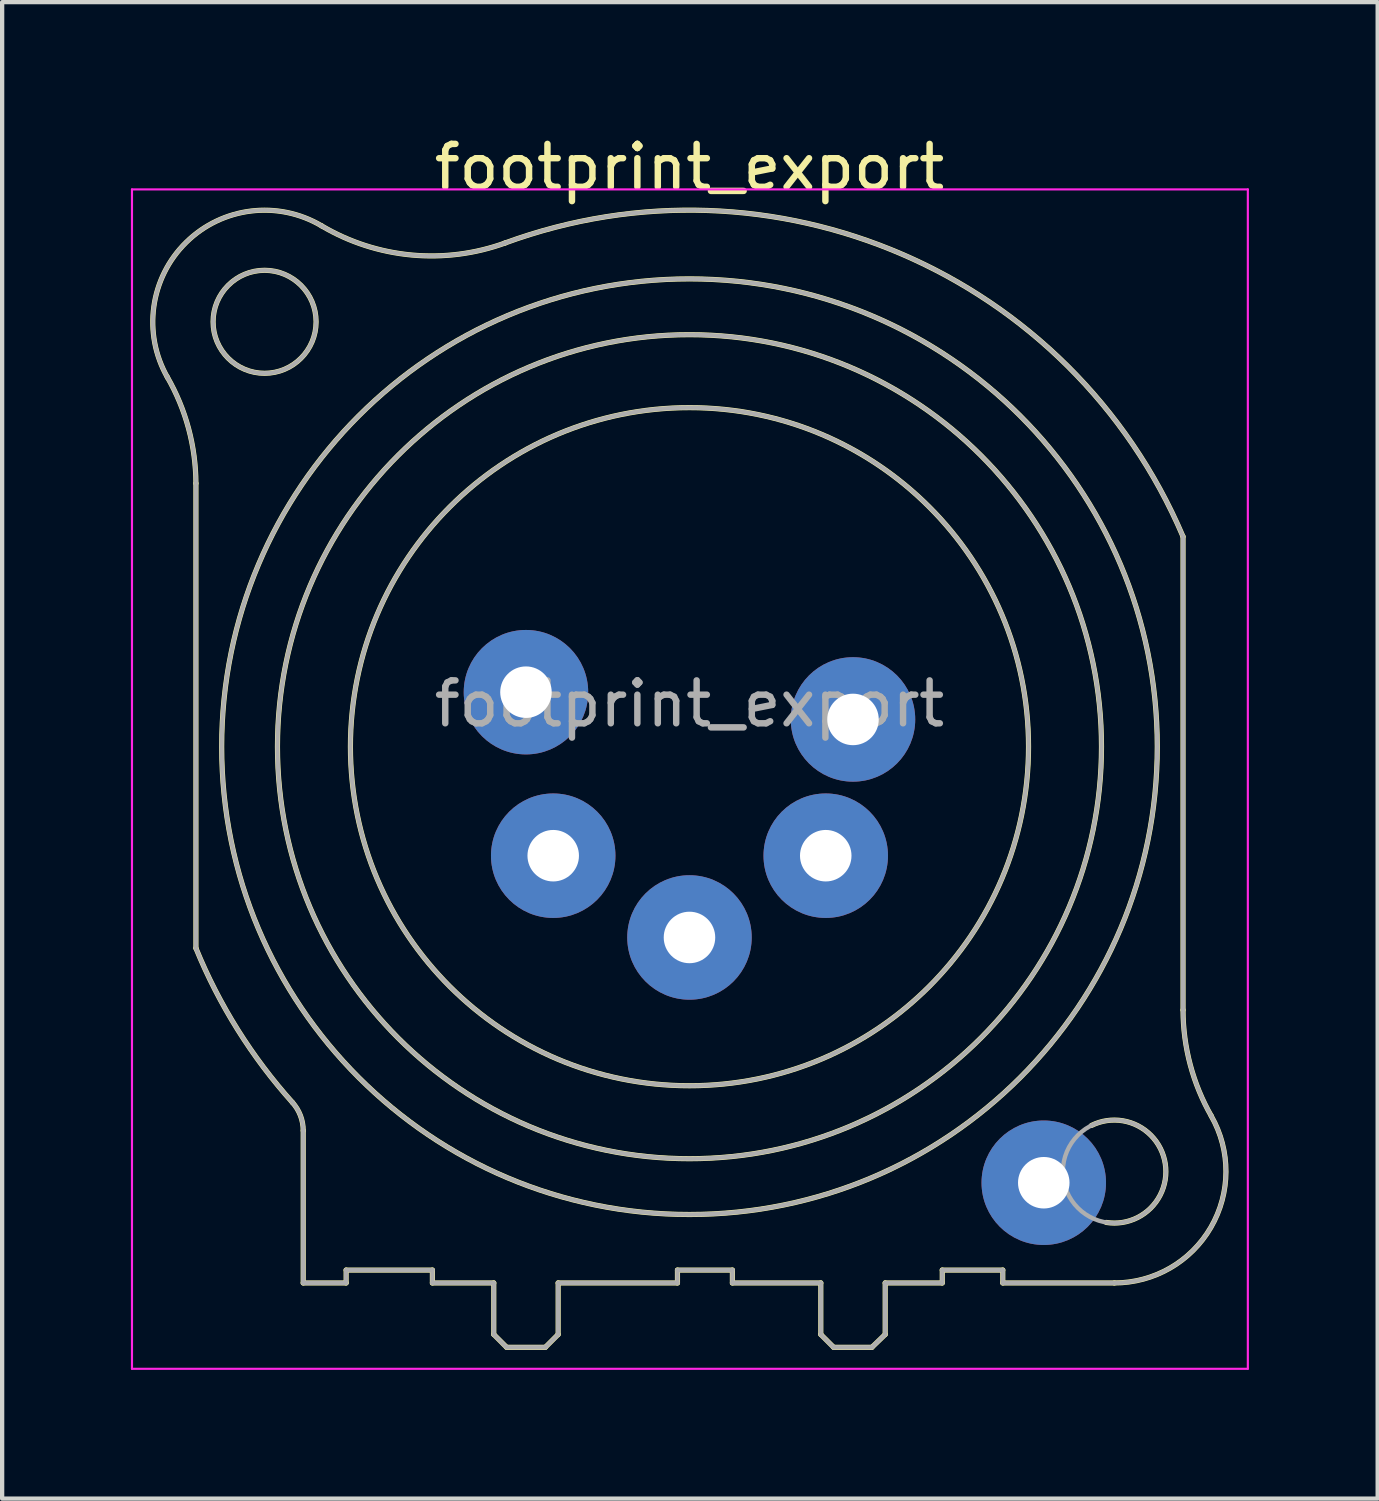
<source format=kicad_pcb>
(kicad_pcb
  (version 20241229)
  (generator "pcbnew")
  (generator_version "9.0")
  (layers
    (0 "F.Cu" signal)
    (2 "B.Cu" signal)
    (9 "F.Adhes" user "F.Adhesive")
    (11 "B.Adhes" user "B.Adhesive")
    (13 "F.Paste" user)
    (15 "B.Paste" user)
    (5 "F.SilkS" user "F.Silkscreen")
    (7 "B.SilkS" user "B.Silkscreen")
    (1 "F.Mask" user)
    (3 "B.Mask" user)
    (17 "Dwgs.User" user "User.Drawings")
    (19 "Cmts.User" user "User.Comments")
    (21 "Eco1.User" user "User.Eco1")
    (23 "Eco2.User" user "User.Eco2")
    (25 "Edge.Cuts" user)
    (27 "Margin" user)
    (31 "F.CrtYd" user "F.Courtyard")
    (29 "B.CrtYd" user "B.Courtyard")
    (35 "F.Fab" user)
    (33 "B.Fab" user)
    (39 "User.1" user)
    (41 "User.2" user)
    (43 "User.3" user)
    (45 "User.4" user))
  (footprint "footprint_export"
    (layer "F.Cu")
    (at 16.825 13.713)
    (property "Reference" "footprint_export" (at -3.81 -12.865 0) (layer "F.SilkS") (effects (font (size 1 1) (thickness 0.15))))
    (attr through_hole)
    (fp_line (start -15.31 -5.5) (end -15.31 5.33) (stroke (width 0.12) (type solid)) (layer "F.SilkS"))
    (fp_line (start -12.81 9.58) (end -12.81 13.13) (stroke (width 0.12) (type solid)) (layer "F.SilkS"))
    (fp_line (start -11.81 12.83) (end -11.81 13.13) (stroke (width 0.12) (type solid)) (layer "F.SilkS"))
    (fp_line (start -11.81 12.83) (end -9.8 12.83) (stroke (width 0.12) (type solid)) (layer "F.SilkS"))
    (fp_line (start -11.81 13.13) (end -12.81 13.13) (stroke (width 0.12) (type solid)) (layer "F.SilkS"))
    (fp_line (start -9.8 12.83) (end -9.8 13.13) (stroke (width 0.12) (type solid)) (layer "F.SilkS"))
    (fp_line (start -8.37 13.13) (end -9.8 13.13) (stroke (width 0.12) (type solid)) (layer "F.SilkS"))
    (fp_line (start -8.37 13.13) (end -8.37 14.33) (stroke (width 0.12) (type solid)) (layer "F.SilkS"))
    (fp_line (start -8.37 14.33) (end -8.07 14.63) (stroke (width 0.12) (type solid)) (layer "F.SilkS"))
    (fp_line (start -8.07 14.63) (end -7.17 14.63) (stroke (width 0.12) (type solid)) (layer "F.SilkS"))
    (fp_line (start -6.87 13.13) (end -6.87 14.33) (stroke (width 0.12) (type solid)) (layer "F.SilkS"))
    (fp_line (start -6.87 14.33) (end -7.17 14.63) (stroke (width 0.12) (type solid)) (layer "F.SilkS"))
    (fp_line (start -4.09 12.83) (end -4.09 13.13) (stroke (width 0.12) (type solid)) (layer "F.SilkS"))
    (fp_line (start -4.09 12.83) (end -2.81 12.83) (stroke (width 0.12) (type solid)) (layer "F.SilkS"))
    (fp_line (start -4.09 13.13) (end -6.87 13.13) (stroke (width 0.12) (type solid)) (layer "F.SilkS"))
    (fp_line (start -2.81 12.83) (end -2.81 13.13) (stroke (width 0.12) (type solid)) (layer "F.SilkS"))
    (fp_line (start -0.75 13.13) (end -2.81 13.13) (stroke (width 0.12) (type solid)) (layer "F.SilkS"))
    (fp_line (start -0.75 13.13) (end -0.75 14.33) (stroke (width 0.12) (type solid)) (layer "F.SilkS"))
    (fp_line (start -0.75 14.33) (end -0.45 14.63) (stroke (width 0.12) (type solid)) (layer "F.SilkS"))
    (fp_line (start -0.45 14.63) (end 0.44 14.63) (stroke (width 0.12) (type solid)) (layer "F.SilkS"))
    (fp_line (start 0.75 13.13) (end 0.75 14.33) (stroke (width 0.12) (type solid)) (layer "F.SilkS"))
    (fp_line (start 0.75 14.33) (end 0.44 14.63) (stroke (width 0.12) (type solid)) (layer "F.SilkS"))
    (fp_line (start 2.08 12.83) (end 2.08 13.13) (stroke (width 0.12) (type solid)) (layer "F.SilkS"))
    (fp_line (start 2.08 12.83) (end 3.49 12.83) (stroke (width 0.12) (type solid)) (layer "F.SilkS"))
    (fp_line (start 2.08 13.13) (end 0.75 13.13) (stroke (width 0.12) (type solid)) (layer "F.SilkS"))
    (fp_line (start 3.49 12.83) (end 3.49 13.13) (stroke (width 0.12) (type solid)) (layer "F.SilkS"))
    (fp_line (start 6.09 13.13) (end 3.49 13.13) (stroke (width 0.12) (type solid)) (layer "F.SilkS"))
    (fp_line (start 7.69 6.77) (end 7.69 -4.26) (stroke (width 0.12) (type solid)) (layer "F.SilkS"))
    (fp_arc (start -15.978065 -7.979621) (mid -15.482459 -6.783342) (end -15.31 -5.5) (stroke (width 0.12) (type solid)) (layer "F.SilkS"))
    (fp_arc (start -15.970602 -7.965327) (mid -15.537562 -11.11648) (end -12.38 -11.5) (stroke (width 0.12) (type solid)) (layer "F.SilkS"))
    (fp_arc (start -13.064011 8.921714) (mid -12.875705 9.227203) (end -12.81 9.58) (stroke (width 0.12) (type solid)) (layer "F.SilkS"))
    (fp_arc (start -13.054249 8.9318) (mid -14.337308 7.228089) (end -15.31 5.33) (stroke (width 0.12) (type solid)) (layer "F.SilkS"))
    (fp_arc (start -8.116912 -11.097925) (mid 1.152301 -10.83612) (end 7.69 -4.26) (stroke (width 0.12) (type solid)) (layer "F.SilkS"))
    (fp_arc (start -8.098974 -11.103419) (mid -10.283992 -10.821287) (end -12.38 -11.5) (stroke (width 0.12) (type solid)) (layer "F.SilkS"))
    (fp_arc (start 5.554673 9.460872) (mid 7.276356 10.353655) (end 5.9 11.72) (stroke (width 0.12) (type solid)) (layer "F.SilkS"))
    (fp_arc (start 8.348442 9.241807) (mid 8.338255 11.83589) (end 6.09 13.13) (stroke (width 0.12) (type solid)) (layer "F.SilkS"))
    (fp_arc (start 8.351797 9.24598) (mid 7.859562 8.051113) (end 7.69 6.77) (stroke (width 0.12) (type solid)) (layer "F.SilkS"))
    (fp_circle (center -13.71 -9.265) (end -12.51 -9.265) (stroke (width 0.12) (type solid)) (fill no) (layer "F.SilkS"))
    (fp_circle (center -3.81 0.635) (end 4.09 0.635) (stroke (width 0.12) (type solid)) (fill no) (layer "F.SilkS"))
    (fp_circle (center -3.81 0.635) (end 5.79 0.635) (stroke (width 0.12) (type solid)) (fill no) (layer "F.SilkS"))
    (fp_circle (center -3.81 0.635) (end 7.09 0.635) (stroke (width 0.12) (type solid)) (fill no) (layer "F.SilkS"))
    (fp_line (start -16.8 -12.35) (end 9.2 -12.35) (stroke (width 0.05) (type solid)) (layer "F.CrtYd"))
    (fp_line (start -16.8 15.13) (end -16.8 -12.35) (stroke (width 0.05) (type solid)) (layer "F.CrtYd"))
    (fp_line (start 9.2 -12.35) (end 9.2 15.13) (stroke (width 0.05) (type solid)) (layer "F.CrtYd"))
    (fp_line (start 9.2 15.13) (end -16.8 15.13) (stroke (width 0.05) (type solid)) (layer "F.CrtYd"))
    (fp_line (start -15.31 -5.5) (end -15.31 5.33) (stroke (width 0.1) (type solid)) (layer "F.Fab"))
    (fp_line (start -12.81 9.58) (end -12.81 13.13) (stroke (width 0.1) (type solid)) (layer "F.Fab"))
    (fp_line (start -11.81 12.83) (end -11.81 13.13) (stroke (width 0.1) (type solid)) (layer "F.Fab"))
    (fp_line (start -11.81 12.83) (end -9.8 12.83) (stroke (width 0.1) (type solid)) (layer "F.Fab"))
    (fp_line (start -11.81 13.13) (end -12.81 13.13) (stroke (width 0.1) (type solid)) (layer "F.Fab"))
    (fp_line (start -9.8 12.83) (end -9.8 13.13) (stroke (width 0.1) (type solid)) (layer "F.Fab"))
    (fp_line (start -8.37 13.13) (end -9.8 13.13) (stroke (width 0.1) (type solid)) (layer "F.Fab"))
    (fp_line (start -8.37 13.13) (end -8.37 14.33) (stroke (width 0.1) (type solid)) (layer "F.Fab"))
    (fp_line (start -8.37 14.33) (end -8.07 14.63) (stroke (width 0.1) (type solid)) (layer "F.Fab"))
    (fp_line (start -8.07 14.63) (end -7.17 14.63) (stroke (width 0.1) (type solid)) (layer "F.Fab"))
    (fp_line (start -6.87 13.13) (end -6.87 14.33) (stroke (width 0.1) (type solid)) (layer "F.Fab"))
    (fp_line (start -6.87 14.33) (end -7.17 14.63) (stroke (width 0.1) (type solid)) (layer "F.Fab"))
    (fp_line (start -4.09 12.83) (end -4.09 13.13) (stroke (width 0.1) (type solid)) (layer "F.Fab"))
    (fp_line (start -4.09 12.83) (end -2.81 12.83) (stroke (width 0.1) (type solid)) (layer "F.Fab"))
    (fp_line (start -4.09 13.13) (end -6.87 13.13) (stroke (width 0.1) (type solid)) (layer "F.Fab"))
    (fp_line (start -2.81 12.83) (end -2.81 13.13) (stroke (width 0.1) (type solid)) (layer "F.Fab"))
    (fp_line (start -0.75 13.13) (end -2.81 13.13) (stroke (width 0.1) (type solid)) (layer "F.Fab"))
    (fp_line (start -0.75 13.13) (end -0.75 14.33) (stroke (width 0.1) (type solid)) (layer "F.Fab"))
    (fp_line (start -0.75 14.33) (end -0.45 14.63) (stroke (width 0.1) (type solid)) (layer "F.Fab"))
    (fp_line (start -0.45 14.63) (end 0.44 14.63) (stroke (width 0.1) (type solid)) (layer "F.Fab"))
    (fp_line (start 0.75 13.13) (end 0.75 14.33) (stroke (width 0.1) (type solid)) (layer "F.Fab"))
    (fp_line (start 0.75 14.33) (end 0.44 14.63) (stroke (width 0.1) (type solid)) (layer "F.Fab"))
    (fp_line (start 2.08 12.83) (end 2.08 13.13) (stroke (width 0.1) (type solid)) (layer "F.Fab"))
    (fp_line (start 2.08 12.83) (end 3.49 12.83) (stroke (width 0.1) (type solid)) (layer "F.Fab"))
    (fp_line (start 2.08 13.13) (end 0.75 13.13) (stroke (width 0.1) (type solid)) (layer "F.Fab"))
    (fp_line (start 3.49 12.83) (end 3.49 13.13) (stroke (width 0.1) (type solid)) (layer "F.Fab"))
    (fp_line (start 6.09 13.13) (end 3.49 13.13) (stroke (width 0.1) (type solid)) (layer "F.Fab"))
    (fp_line (start 7.69 6.77) (end 7.69 -4.26) (stroke (width 0.1) (type solid)) (layer "F.Fab"))
    (fp_arc (start -15.978065 -7.979621) (mid -15.482459 -6.783342) (end -15.31 -5.5) (stroke (width 0.1) (type solid)) (layer "F.Fab"))
    (fp_arc (start -15.970602 -7.965327) (mid -15.537562 -11.11648) (end -12.38 -11.5) (stroke (width 0.1) (type solid)) (layer "F.Fab"))
    (fp_arc (start -13.064011 8.921714) (mid -12.875705 9.227203) (end -12.81 9.58) (stroke (width 0.1) (type solid)) (layer "F.Fab"))
    (fp_arc (start -13.054249 8.9318) (mid -14.337308 7.228089) (end -15.31 5.33) (stroke (width 0.1) (type solid)) (layer "F.Fab"))
    (fp_arc (start -8.116912 -11.097925) (mid 1.152301 -10.83612) (end 7.69 -4.26) (stroke (width 0.1) (type solid)) (layer "F.Fab"))
    (fp_arc (start -8.098974 -11.103419) (mid -10.283992 -10.821287) (end -12.38 -11.5) (stroke (width 0.1) (type solid)) (layer "F.Fab"))
    (fp_arc (start 8.348442 9.241807) (mid 8.338255 11.83589) (end 6.09 13.13) (stroke (width 0.1) (type solid)) (layer "F.Fab"))
    (fp_arc (start 8.351797 9.24598) (mid 7.859562 8.051113) (end 7.69 6.77) (stroke (width 0.1) (type solid)) (layer "F.Fab"))
    (fp_circle (center -13.71 -9.265) (end -12.51 -9.265) (stroke (width 0.1) (type solid)) (fill no) (layer "F.Fab"))
    (fp_circle (center -3.81 0.635) (end 4.09 0.635) (stroke (width 0.1) (type solid)) (fill no) (layer "F.Fab"))
    (fp_circle (center -3.81 0.635) (end 5.79 0.635) (stroke (width 0.1) (type solid)) (fill no) (layer "F.Fab"))
    (fp_circle (center -3.81 0.635) (end 7.09 0.635) (stroke (width 0.1) (type solid)) (fill no) (layer "F.Fab"))
    (fp_circle (center 6.09 10.535) (end 7.29 10.535) (stroke (width 0.1) (type solid)) (fill no) (layer "F.Fab"))
    (fp_text user "${REFERENCE}" (at -3.81 -0.365 0) (layer "F.Fab") (effects (font (size 1 1) (thickness 0.15))))
    (pad "1" thru_hole circle (at 0 0) (size 2.9 2.9) (drill 1.2) (layers "*.Cu" "*.Mask"))
    (pad "2" thru_hole circle (at -0.635 3.175) (size 2.9 2.9) (drill 1.2) (layers "*.Cu" "*.Mask"))
    (pad "3" thru_hole circle (at -3.81 5.08) (size 2.9 2.9) (drill 1.2) (layers "*.Cu" "*.Mask"))
    (pad "4" thru_hole circle (at -6.985 3.175) (size 2.9 2.9) (drill 1.2) (layers "*.Cu" "*.Mask"))
    (pad "5" thru_hole circle (at -7.62 -0.635) (size 2.9 2.9) (drill 1.2) (layers "*.Cu" "*.Mask"))
    (pad "G" thru_hole circle (at 4.445 10.795) (size 2.9 2.9) (drill 1.2) (layers "*.Cu" "*.Mask")))
  (gr_rect
    (start -3 -3)
    (end 29.05 31.868)
    (stroke (width 0.1) (type default))
    (fill no)
    (layer "Edge.Cuts")))
</source>
